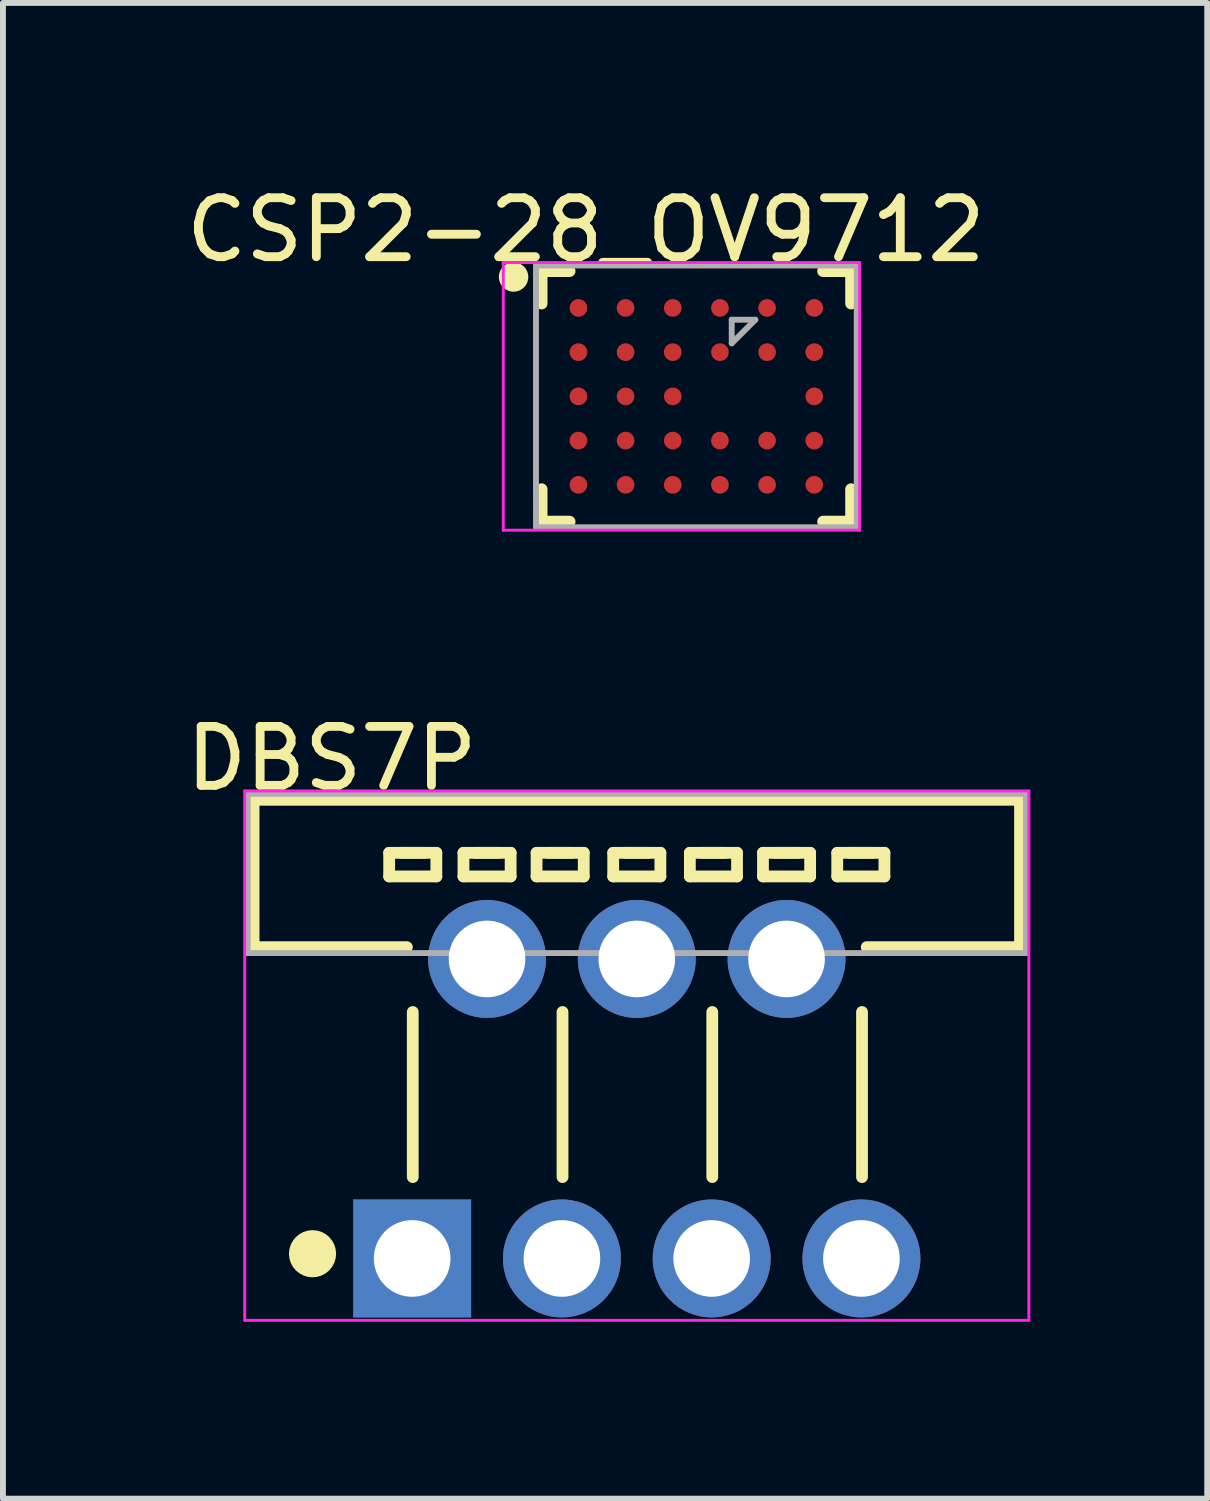
<source format=kicad_pcb>
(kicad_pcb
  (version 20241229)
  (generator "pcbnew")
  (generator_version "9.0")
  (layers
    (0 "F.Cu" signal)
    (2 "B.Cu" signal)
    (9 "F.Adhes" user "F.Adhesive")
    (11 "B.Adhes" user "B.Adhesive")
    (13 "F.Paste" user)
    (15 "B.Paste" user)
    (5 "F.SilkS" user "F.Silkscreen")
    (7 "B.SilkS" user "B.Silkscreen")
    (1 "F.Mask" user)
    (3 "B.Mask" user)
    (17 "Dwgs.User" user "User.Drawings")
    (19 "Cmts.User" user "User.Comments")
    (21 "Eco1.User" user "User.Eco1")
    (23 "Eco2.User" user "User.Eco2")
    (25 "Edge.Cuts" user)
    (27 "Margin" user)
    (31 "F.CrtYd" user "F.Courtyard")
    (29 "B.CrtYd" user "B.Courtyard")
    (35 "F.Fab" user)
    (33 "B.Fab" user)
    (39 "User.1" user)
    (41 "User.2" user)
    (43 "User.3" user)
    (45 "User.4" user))
  (footprint "CSP2-28_OV9712"
    (layer "F.Cu")
    (at 8.761 3.673)
    (property "Reference" "CSP2-28_OV9712" (at -1.874 -2.824 0) (layer "F.SilkS") (effects (font (size 1 1) (thickness 0.15))))
    (attr through_hole)
    (fp_line (start -2.625 -2.125) (end -2.15 -2.125) (stroke (width 0.2) (type solid)) (layer "F.SilkS"))
    (fp_line (start -2.625 -1.575) (end -2.625 -2.125) (stroke (width 0.2) (type solid)) (layer "F.SilkS"))
    (fp_line (start -2.625 2.125) (end -2.625 1.575) (stroke (width 0.2) (type solid)) (layer "F.SilkS"))
    (fp_line (start -2.625 2.125) (end -2.15 2.125) (stroke (width 0.2) (type solid)) (layer "F.SilkS"))
    (fp_line (start 2.15 -2.125) (end 2.625 -2.125) (stroke (width 0.2) (type solid)) (layer "F.SilkS"))
    (fp_line (start 2.15 2.125) (end 2.625 2.125) (stroke (width 0.2) (type solid)) (layer "F.SilkS"))
    (fp_line (start 2.625 -1.575) (end 2.625 -2.125) (stroke (width 0.2) (type solid)) (layer "F.SilkS"))
    (fp_line (start 2.625 2.125) (end 2.625 1.575) (stroke (width 0.2) (type solid)) (layer "F.SilkS"))
    (fp_circle (center -3.1 -2.025) (end -2.975 -2.025) (stroke (width 0.25) (type solid)) (fill no) (layer "F.SilkS"))
    (fp_line (start -3.275 -2.27) (end 2.77 -2.27) (stroke (width 0.05) (type solid)) (layer "F.CrtYd"))
    (fp_line (start -3.275 2.27) (end -3.275 -2.27) (stroke (width 0.05) (type solid)) (layer "F.CrtYd"))
    (fp_line (start 2.77 -2.27) (end 2.77 2.27) (stroke (width 0.05) (type solid)) (layer "F.CrtYd"))
    (fp_line (start 2.77 2.27) (end -3.275 2.27) (stroke (width 0.05) (type solid)) (layer "F.CrtYd"))
    (fp_line (start -2.72 -2.22) (end 2.72 -2.22) (stroke (width 0.1) (type solid)) (layer "F.Fab"))
    (fp_line (start -2.72 2.22) (end -2.72 -2.22) (stroke (width 0.1) (type solid)) (layer "F.Fab"))
    (fp_line (start -2.72 2.22) (end 2.72 2.22) (stroke (width 0.1) (type solid)) (layer "F.Fab"))
    (fp_line (start 0.6 -1.3) (end 1 -1.3) (stroke (width 0.1) (type solid)) (layer "F.Fab"))
    (fp_line (start 0.6 -0.9) (end 0.6 -1.3) (stroke (width 0.1) (type solid)) (layer "F.Fab"))
    (fp_line (start 0.6 -0.9) (end 1 -1.3) (stroke (width 0.1) (type solid)) (layer "F.Fab"))
    (fp_line (start 2.72 2.22) (end 2.72 -2.22) (stroke (width 0.1) (type solid)) (layer "F.Fab"))
    (pad "A1" smd oval (at -2 -1.5 90) (size 0.3 0.3) (layers "F.Cu" "F.Mask" "F.Paste"))
    (pad "A2" smd oval (at -1.2 -1.5 90) (size 0.3 0.3) (layers "F.Cu" "F.Mask" "F.Paste"))
    (pad "A3" smd oval (at -0.4 -1.5 90) (size 0.3 0.3) (layers "F.Cu" "F.Mask" "F.Paste"))
    (pad "A4" smd oval (at 0.4 -1.5 90) (size 0.3 0.3) (layers "F.Cu" "F.Mask" "F.Paste"))
    (pad "A5" smd oval (at 1.2 -1.5 90) (size 0.3 0.3) (layers "F.Cu" "F.Mask" "F.Paste"))
    (pad "A6" smd oval (at 2 -1.5 90) (size 0.3 0.3) (layers "F.Cu" "F.Mask" "F.Paste"))
    (pad "B1" smd oval (at -2 -0.75 90) (size 0.3 0.3) (layers "F.Cu" "F.Mask" "F.Paste"))
    (pad "B2" smd oval (at -1.2 -0.75 90) (size 0.3 0.3) (layers "F.Cu" "F.Mask" "F.Paste"))
    (pad "B2" smd oval (at -1.2 0 90) (size 0.3 0.3) (layers "F.Cu" "F.Mask" "F.Paste"))
    (pad "B2" smd oval (at -1.2 0.75 90) (size 0.3 0.3) (layers "F.Cu" "F.Mask" "F.Paste"))
    (pad "B3" smd oval (at -0.4 -0.75 90) (size 0.3 0.3) (layers "F.Cu" "F.Mask" "F.Paste"))
    (pad "B3" smd oval (at -0.4 0 90) (size 0.3 0.3) (layers "F.Cu" "F.Mask" "F.Paste"))
    (pad "B3" smd oval (at -0.4 0.75 90) (size 0.3 0.3) (layers "F.Cu" "F.Mask" "F.Paste"))
    (pad "B4" smd oval (at 0.4 -0.75 90) (size 0.3 0.3) (layers "F.Cu" "F.Mask" "F.Paste"))
    (pad "B4" smd oval (at 0.4 0.75 90) (size 0.3 0.3) (layers "F.Cu" "F.Mask" "F.Paste"))
    (pad "B5" smd oval (at 1.2 -0.75 90) (size 0.3 0.3) (layers "F.Cu" "F.Mask" "F.Paste"))
    (pad "B5" smd oval (at 1.2 0.75 90) (size 0.3 0.3) (layers "F.Cu" "F.Mask" "F.Paste"))
    (pad "B6" smd oval (at 2 -0.75 90) (size 0.3 0.3) (layers "F.Cu" "F.Mask" "F.Paste"))
    (pad "C1" smd oval (at -2 0 90) (size 0.3 0.3) (layers "F.Cu" "F.Mask" "F.Paste"))
    (pad "C6" smd oval (at 2 0 90) (size 0.3 0.3) (layers "F.Cu" "F.Mask" "F.Paste"))
    (pad "D1" smd oval (at -2 0.75 90) (size 0.3 0.3) (layers "F.Cu" "F.Mask" "F.Paste"))
    (pad "D6" smd oval (at 2 0.75 90) (size 0.3 0.3) (layers "F.Cu" "F.Mask" "F.Paste"))
    (pad "E1" smd oval (at -2 1.5 90) (size 0.3 0.3) (layers "F.Cu" "F.Mask" "F.Paste"))
    (pad "E2" smd oval (at -1.2 1.5 90) (size 0.3 0.3) (layers "F.Cu" "F.Mask" "F.Paste"))
    (pad "E3" smd oval (at -0.4 1.5 90) (size 0.3 0.3) (layers "F.Cu" "F.Mask" "F.Paste"))
    (pad "E4" smd oval (at 0.4 1.5 90) (size 0.3 0.3) (layers "F.Cu" "F.Mask" "F.Paste"))
    (pad "E5" smd oval (at 1.2 1.5 90) (size 0.3 0.3) (layers "F.Cu" "F.Mask" "F.Paste"))
    (pad "E6" smd oval (at 2 1.5 90) (size 0.3 0.3) (layers "F.Cu" "F.Mask" "F.Paste")))
  (footprint "DBS7P"
    (layer "F.Cu")
    (at 7.751 13.215)
    (property "Reference" "DBS7P" (at -5.174 -3.399 0) (layer "F.SilkS") (effects (font (size 1 1) (thickness 0.15))))
    (attr through_hole)
    (fp_line (start -6.5 -2.7) (end 6.5 -2.7) (stroke (width 0.2) (type solid)) (layer "F.SilkS"))
    (fp_line (start -6.5 -0.2) (end -6.5 -2.7) (stroke (width 0.2) (type solid)) (layer "F.SilkS"))
    (fp_line (start -6.5 -0.2) (end -3.9 -0.2) (stroke (width 0.2) (type solid)) (layer "F.SilkS"))
    (fp_line (start -4.2 -1.8) (end -3.4 -1.8) (stroke (width 0.2) (type solid)) (layer "F.SilkS"))
    (fp_line (start -4.2 -1.4) (end -4.2 -1.8) (stroke (width 0.2) (type solid)) (layer "F.SilkS"))
    (fp_line (start -4.2 -1.4) (end -3.4 -1.4) (stroke (width 0.2) (type solid)) (layer "F.SilkS"))
    (fp_line (start -4 -1.8) (end -3.6 -1.8) (stroke (width 0.2) (type solid)) (layer "F.SilkS"))
    (fp_line (start -3.8 3.7) (end -3.8 0.9) (stroke (width 0.2) (type solid)) (layer "F.SilkS"))
    (fp_line (start -3.4 -1.4) (end -3.4 -1.8) (stroke (width 0.2) (type solid)) (layer "F.SilkS"))
    (fp_line (start -2.94 -1.8) (end -2.14 -1.8) (stroke (width 0.2) (type solid)) (layer "F.SilkS"))
    (fp_line (start -2.94 -1.4) (end -2.94 -1.8) (stroke (width 0.2) (type solid)) (layer "F.SilkS"))
    (fp_line (start -2.94 -1.4) (end -2.14 -1.4) (stroke (width 0.2) (type solid)) (layer "F.SilkS"))
    (fp_line (start -2.74 -1.8) (end -2.34 -1.8) (stroke (width 0.2) (type solid)) (layer "F.SilkS"))
    (fp_line (start -2.14 -1.4) (end -2.14 -1.8) (stroke (width 0.2) (type solid)) (layer "F.SilkS"))
    (fp_line (start -1.7 -1.8) (end -0.9 -1.8) (stroke (width 0.2) (type solid)) (layer "F.SilkS"))
    (fp_line (start -1.7 -1.4) (end -1.7 -1.8) (stroke (width 0.2) (type solid)) (layer "F.SilkS"))
    (fp_line (start -1.7 -1.4) (end -0.9 -1.4) (stroke (width 0.2) (type solid)) (layer "F.SilkS"))
    (fp_line (start -1.5 -1.8) (end -1.1 -1.8) (stroke (width 0.2) (type solid)) (layer "F.SilkS"))
    (fp_line (start -1.26 3.7) (end -1.26 0.9) (stroke (width 0.2) (type solid)) (layer "F.SilkS"))
    (fp_line (start -0.9 -1.4) (end -0.9 -1.8) (stroke (width 0.2) (type solid)) (layer "F.SilkS"))
    (fp_line (start -0.4 -1.8) (end 0.4 -1.8) (stroke (width 0.2) (type solid)) (layer "F.SilkS"))
    (fp_line (start -0.4 -1.4) (end -0.4 -1.8) (stroke (width 0.2) (type solid)) (layer "F.SilkS"))
    (fp_line (start -0.4 -1.4) (end 0.4 -1.4) (stroke (width 0.2) (type solid)) (layer "F.SilkS"))
    (fp_line (start -0.2 -1.8) (end 0.2 -1.8) (stroke (width 0.2) (type solid)) (layer "F.SilkS"))
    (fp_line (start 0.4 -1.4) (end 0.4 -1.8) (stroke (width 0.2) (type solid)) (layer "F.SilkS"))
    (fp_line (start 0.9 -1.8) (end 1.7 -1.8) (stroke (width 0.2) (type solid)) (layer "F.SilkS"))
    (fp_line (start 0.9 -1.4) (end 0.9 -1.8) (stroke (width 0.2) (type solid)) (layer "F.SilkS"))
    (fp_line (start 0.9 -1.4) (end 1.7 -1.4) (stroke (width 0.2) (type solid)) (layer "F.SilkS"))
    (fp_line (start 1.1 -1.8) (end 1.5 -1.8) (stroke (width 0.2) (type solid)) (layer "F.SilkS"))
    (fp_line (start 1.28 3.7) (end 1.28 0.9) (stroke (width 0.2) (type solid)) (layer "F.SilkS"))
    (fp_line (start 1.7 -1.4) (end 1.7 -1.8) (stroke (width 0.2) (type solid)) (layer "F.SilkS"))
    (fp_line (start 2.14 -1.8) (end 2.94 -1.8) (stroke (width 0.2) (type solid)) (layer "F.SilkS"))
    (fp_line (start 2.14 -1.4) (end 2.14 -1.8) (stroke (width 0.2) (type solid)) (layer "F.SilkS"))
    (fp_line (start 2.14 -1.4) (end 2.94 -1.4) (stroke (width 0.2) (type solid)) (layer "F.SilkS"))
    (fp_line (start 2.34 -1.8) (end 2.74 -1.8) (stroke (width 0.2) (type solid)) (layer "F.SilkS"))
    (fp_line (start 2.94 -1.4) (end 2.94 -1.8) (stroke (width 0.2) (type solid)) (layer "F.SilkS"))
    (fp_line (start 3.4 -1.8) (end 4.2 -1.8) (stroke (width 0.2) (type solid)) (layer "F.SilkS"))
    (fp_line (start 3.4 -1.4) (end 3.4 -1.8) (stroke (width 0.2) (type solid)) (layer "F.SilkS"))
    (fp_line (start 3.4 -1.4) (end 4.2 -1.4) (stroke (width 0.2) (type solid)) (layer "F.SilkS"))
    (fp_line (start 3.6 -1.8) (end 4 -1.8) (stroke (width 0.2) (type solid)) (layer "F.SilkS"))
    (fp_line (start 3.82 3.7) (end 3.82 0.9) (stroke (width 0.2) (type solid)) (layer "F.SilkS"))
    (fp_line (start 3.9 -0.2) (end 6.5 -0.2) (stroke (width 0.2) (type solid)) (layer "F.SilkS"))
    (fp_line (start 4.2 -1.4) (end 4.2 -1.8) (stroke (width 0.2) (type solid)) (layer "F.SilkS"))
    (fp_line (start 6.5 -0.2) (end 6.5 -2.7) (stroke (width 0.2) (type solid)) (layer "F.SilkS"))
    (fp_circle (center -5.5 5) (end -5.3 5) (stroke (width 0.4) (type solid)) (fill no) (layer "F.SilkS"))
    (fp_line (start -6.65 -2.85) (end 6.65 -2.85) (stroke (width 0.05) (type solid)) (layer "F.CrtYd"))
    (fp_line (start -6.65 6.13) (end -6.65 -2.85) (stroke (width 0.05) (type solid)) (layer "F.CrtYd"))
    (fp_line (start 6.65 -2.85) (end 6.65 6.13) (stroke (width 0.05) (type solid)) (layer "F.CrtYd"))
    (fp_line (start 6.65 6.13) (end -6.65 6.13) (stroke (width 0.05) (type solid)) (layer "F.CrtYd"))
    (fp_line (start -6.6 -2.8) (end 6.6 -2.8) (stroke (width 0.1) (type solid)) (layer "F.Fab"))
    (fp_line (start -6.6 -0.1) (end -6.6 -2.8) (stroke (width 0.1) (type solid)) (layer "F.Fab"))
    (fp_line (start -6.6 -0.1) (end 6.6 -0.1) (stroke (width 0.1) (type solid)) (layer "F.Fab"))
    (fp_line (start 6.6 -0.1) (end 6.6 -2.8) (stroke (width 0.1) (type solid)) (layer "F.Fab"))
    (pad "1" thru_hole rect (at -3.81 5.08) (size 2 2) (drill 1.3) (layers "*.Cu" "*.Mask"))
    (pad "2" thru_hole oval (at -2.54 0) (size 2 2) (drill 1.3) (layers "*.Cu" "*.Mask"))
    (pad "3" thru_hole oval (at -1.27 5.08) (size 2 2) (drill 1.3) (layers "*.Cu" "*.Mask"))
    (pad "4" thru_hole oval (at 0 0) (size 2 2) (drill 1.3) (layers "*.Cu" "*.Mask"))
    (pad "5" thru_hole oval (at 1.27 5.08) (size 2 2) (drill 1.3) (layers "*.Cu" "*.Mask"))
    (pad "6" thru_hole oval (at 2.54 0) (size 2 2) (drill 1.3) (layers "*.Cu" "*.Mask"))
    (pad "7" thru_hole oval (at 3.81 5.08) (size 2 2) (drill 1.3) (layers "*.Cu" "*.Mask")))
  (gr_rect
    (start -3 -3)
    (end 17.426 22.37)
    (stroke (width 0.1) (type default))
    (fill no)
    (layer "Edge.Cuts")))
</source>
